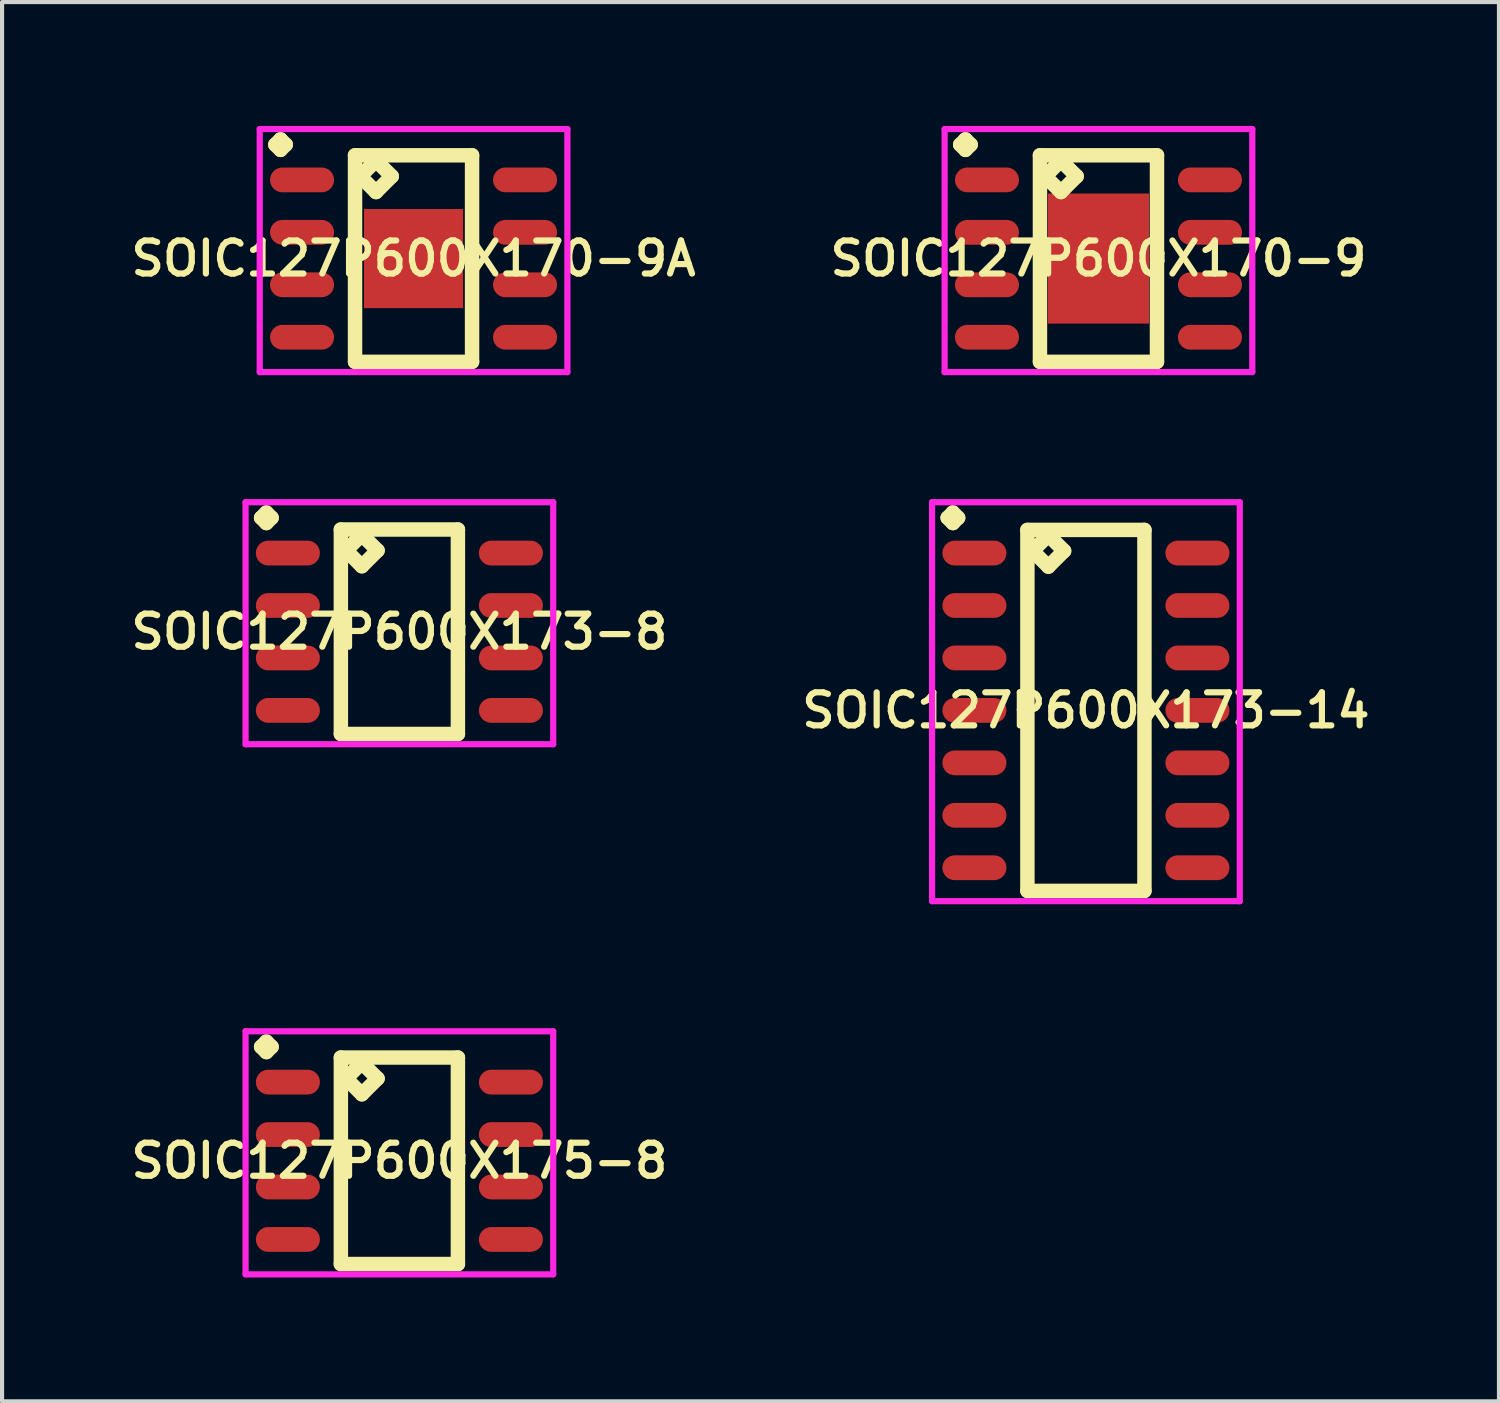
<source format=kicad_pcb>
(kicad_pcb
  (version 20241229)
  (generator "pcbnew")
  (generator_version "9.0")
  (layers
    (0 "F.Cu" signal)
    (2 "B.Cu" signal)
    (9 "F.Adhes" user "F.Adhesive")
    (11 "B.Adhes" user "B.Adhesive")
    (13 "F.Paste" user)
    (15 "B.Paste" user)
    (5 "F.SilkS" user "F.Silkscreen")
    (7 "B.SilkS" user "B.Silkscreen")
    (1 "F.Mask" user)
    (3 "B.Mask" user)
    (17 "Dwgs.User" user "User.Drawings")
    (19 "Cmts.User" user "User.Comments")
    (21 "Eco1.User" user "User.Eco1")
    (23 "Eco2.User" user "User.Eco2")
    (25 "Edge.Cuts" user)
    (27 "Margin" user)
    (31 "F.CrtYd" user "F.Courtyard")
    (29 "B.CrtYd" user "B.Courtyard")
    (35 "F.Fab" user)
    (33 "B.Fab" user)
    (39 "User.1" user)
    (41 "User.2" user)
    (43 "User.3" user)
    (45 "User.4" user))
  (footprint "SOIC127P600X173-14"
    (layer "F.Cu")
    (at 23.245 14.152)
    (property "Reference" "SOIC127P600X173-14" (at 0 0 0) (layer "F.SilkS") (effects (font (size 0.8 0.8) (thickness 0.15))))
    (attr smd)
    (fp_line (start -3.348 -4.664) (end -3.221 -4.791) (stroke (width 0.35) (type solid)) (layer "F.SilkS"))
    (fp_line (start -3.221 -4.791) (end -3.094 -4.664) (stroke (width 0.35) (type solid)) (layer "F.SilkS"))
    (fp_line (start -3.221 -4.537) (end -3.348 -4.664) (stroke (width 0.35) (type solid)) (layer "F.SilkS"))
    (fp_line (start -3.094 -4.664) (end -3.221 -4.537) (stroke (width 0.35) (type solid)) (layer "F.SilkS"))
    (fp_line (start -1.417 -4.37) (end -1.417 4.37) (stroke (width 0.35) (type solid)) (layer "F.SilkS"))
    (fp_line (start -1.417 4.37) (end 1.417 4.37) (stroke (width 0.35) (type solid)) (layer "F.SilkS"))
    (fp_line (start -1.29 -3.862) (end -0.909 -4.243) (stroke (width 0.35) (type solid)) (layer "F.SilkS"))
    (fp_line (start -0.909 -4.243) (end -0.528 -3.862) (stroke (width 0.35) (type solid)) (layer "F.SilkS"))
    (fp_line (start -0.909 -3.481) (end -1.29 -3.862) (stroke (width 0.35) (type solid)) (layer "F.SilkS"))
    (fp_line (start -0.528 -3.862) (end -0.909 -3.481) (stroke (width 0.35) (type solid)) (layer "F.SilkS"))
    (fp_line (start 1.417 -4.37) (end -1.417 -4.37) (stroke (width 0.35) (type solid)) (layer "F.SilkS"))
    (fp_line (start 1.417 4.37) (end 1.417 -4.37) (stroke (width 0.35) (type solid)) (layer "F.SilkS"))
    (fp_line (start -3.725 -5.041) (end 3.725 -5.041) (stroke (width 0.15) (type solid)) (layer "F.CrtYd"))
    (fp_line (start -3.725 4.62) (end -3.725 -5.041) (stroke (width 0.15) (type solid)) (layer "F.CrtYd"))
    (fp_line (start 3.725 -5.041) (end 3.725 4.62) (stroke (width 0.15) (type solid)) (layer "F.CrtYd"))
    (fp_line (start 3.725 4.62) (end -3.725 4.62) (stroke (width 0.15) (type solid)) (layer "F.CrtYd"))
    (pad "1" smd oval (at -2.7 -3.81) (size 1.55 0.6) (layers "F.Cu" "F.Mask" "F.Paste"))
    (pad "2" smd oval (at -2.7 -2.54) (size 1.55 0.6) (layers "F.Cu" "F.Mask" "F.Paste"))
    (pad "3" smd oval (at -2.7 -1.27) (size 1.55 0.6) (layers "F.Cu" "F.Mask" "F.Paste"))
    (pad "4" smd oval (at -2.7 0) (size 1.55 0.6) (layers "F.Cu" "F.Mask" "F.Paste"))
    (pad "5" smd oval (at -2.7 1.27) (size 1.55 0.6) (layers "F.Cu" "F.Mask" "F.Paste"))
    (pad "6" smd oval (at -2.7 2.54) (size 1.55 0.6) (layers "F.Cu" "F.Mask" "F.Paste"))
    (pad "7" smd oval (at -2.7 3.81) (size 1.55 0.6) (layers "F.Cu" "F.Mask" "F.Paste"))
    (pad "8" smd oval (at 2.7 3.81) (size 1.55 0.6) (layers "F.Cu" "F.Mask" "F.Paste"))
    (pad "9" smd oval (at 2.7 2.54) (size 1.55 0.6) (layers "F.Cu" "F.Mask" "F.Paste"))
    (pad "10" smd oval (at 2.7 1.27) (size 1.55 0.6) (layers "F.Cu" "F.Mask" "F.Paste"))
    (pad "11" smd oval (at 2.7 0) (size 1.55 0.6) (layers "F.Cu" "F.Mask" "F.Paste"))
    (pad "12" smd oval (at 2.7 -1.27) (size 1.55 0.6) (layers "F.Cu" "F.Mask" "F.Paste"))
    (pad "13" smd oval (at 2.7 -2.54) (size 1.55 0.6) (layers "F.Cu" "F.Mask" "F.Paste"))
    (pad "14" smd oval (at 2.7 -3.81) (size 1.55 0.6) (layers "F.Cu" "F.Mask" "F.Paste")))
  (footprint "SOIC127P600X170-9A"
    (layer "F.Cu")
    (at 6.964 3.211)
    (property "Reference" "SOIC127P600X170-9A" (at 0 0 0) (layer "F.SilkS") (effects (font (size 0.8 0.8) (thickness 0.15))))
    (attr smd)
    (fp_line (start -3.348 -2.759) (end -3.221 -2.886) (stroke (width 0.35) (type solid)) (layer "F.SilkS"))
    (fp_line (start -3.221 -2.886) (end -3.094 -2.759) (stroke (width 0.35) (type solid)) (layer "F.SilkS"))
    (fp_line (start -3.221 -2.632) (end -3.348 -2.759) (stroke (width 0.35) (type solid)) (layer "F.SilkS"))
    (fp_line (start -3.094 -2.759) (end -3.221 -2.632) (stroke (width 0.35) (type solid)) (layer "F.SilkS"))
    (fp_line (start -1.417 -2.5) (end -1.417 2.5) (stroke (width 0.35) (type solid)) (layer "F.SilkS"))
    (fp_line (start -1.417 2.5) (end 1.417 2.5) (stroke (width 0.35) (type solid)) (layer "F.SilkS"))
    (fp_line (start -1.29 -1.992) (end -0.909 -2.373) (stroke (width 0.35) (type solid)) (layer "F.SilkS"))
    (fp_line (start -0.909 -2.373) (end -0.528 -1.992) (stroke (width 0.35) (type solid)) (layer "F.SilkS"))
    (fp_line (start -0.909 -1.611) (end -1.29 -1.992) (stroke (width 0.35) (type solid)) (layer "F.SilkS"))
    (fp_line (start -0.528 -1.992) (end -0.909 -1.611) (stroke (width 0.35) (type solid)) (layer "F.SilkS"))
    (fp_line (start 1.417 -2.5) (end -1.417 -2.5) (stroke (width 0.35) (type solid)) (layer "F.SilkS"))
    (fp_line (start 1.417 2.5) (end 1.417 -2.5) (stroke (width 0.35) (type solid)) (layer "F.SilkS"))
    (fp_line (start -3.725 -3.136) (end 3.725 -3.136) (stroke (width 0.15) (type solid)) (layer "F.CrtYd"))
    (fp_line (start -3.725 2.75) (end -3.725 -3.136) (stroke (width 0.15) (type solid)) (layer "F.CrtYd"))
    (fp_line (start 3.725 -3.136) (end 3.725 2.75) (stroke (width 0.15) (type solid)) (layer "F.CrtYd"))
    (fp_line (start 3.725 2.75) (end -3.725 2.75) (stroke (width 0.15) (type solid)) (layer "F.CrtYd"))
    (pad "1" smd oval (at -2.7 -1.905) (size 1.55 0.6) (layers "F.Cu" "F.Mask" "F.Paste"))
    (pad "2" smd oval (at -2.7 -0.635) (size 1.55 0.6) (layers "F.Cu" "F.Mask" "F.Paste"))
    (pad "3" smd oval (at -2.7 0.635) (size 1.55 0.6) (layers "F.Cu" "F.Mask" "F.Paste"))
    (pad "4" smd oval (at -2.7 1.905) (size 1.55 0.6) (layers "F.Cu" "F.Mask" "F.Paste"))
    (pad "5" smd oval (at 2.7 1.905) (size 1.55 0.6) (layers "F.Cu" "F.Mask" "F.Paste"))
    (pad "6" smd oval (at 2.7 0.635) (size 1.55 0.6) (layers "F.Cu" "F.Mask" "F.Paste"))
    (pad "7" smd oval (at 2.7 -0.635) (size 1.55 0.6) (layers "F.Cu" "F.Mask" "F.Paste"))
    (pad "8" smd oval (at 2.7 -1.905) (size 1.55 0.6) (layers "F.Cu" "F.Mask" "F.Paste"))
    (pad "9" smd rect (at 0 0) (size 2.4 2.4) (layers "F.Cu" "F.Mask" "F.Paste")))
  (footprint "SOIC127P600X175-8"
    (layer "F.Cu")
    (at 6.621 25.058)
    (property "Reference" "SOIC127P600X175-8" (at 0 0 0) (layer "F.SilkS") (effects (font (size 0.8 0.8) (thickness 0.15))))
    (attr smd)
    (fp_line (start -3.348 -2.759) (end -3.221 -2.886) (stroke (width 0.35) (type solid)) (layer "F.SilkS"))
    (fp_line (start -3.221 -2.886) (end -3.094 -2.759) (stroke (width 0.35) (type solid)) (layer "F.SilkS"))
    (fp_line (start -3.221 -2.632) (end -3.348 -2.759) (stroke (width 0.35) (type solid)) (layer "F.SilkS"))
    (fp_line (start -3.094 -2.759) (end -3.221 -2.632) (stroke (width 0.35) (type solid)) (layer "F.SilkS"))
    (fp_line (start -1.417 -2.5) (end -1.417 2.5) (stroke (width 0.35) (type solid)) (layer "F.SilkS"))
    (fp_line (start -1.417 2.5) (end 1.417 2.5) (stroke (width 0.35) (type solid)) (layer "F.SilkS"))
    (fp_line (start -1.29 -1.992) (end -0.909 -2.373) (stroke (width 0.35) (type solid)) (layer "F.SilkS"))
    (fp_line (start -0.909 -2.373) (end -0.528 -1.992) (stroke (width 0.35) (type solid)) (layer "F.SilkS"))
    (fp_line (start -0.909 -1.611) (end -1.29 -1.992) (stroke (width 0.35) (type solid)) (layer "F.SilkS"))
    (fp_line (start -0.528 -1.992) (end -0.909 -1.611) (stroke (width 0.35) (type solid)) (layer "F.SilkS"))
    (fp_line (start 1.417 -2.5) (end -1.417 -2.5) (stroke (width 0.35) (type solid)) (layer "F.SilkS"))
    (fp_line (start 1.417 2.5) (end 1.417 -2.5) (stroke (width 0.35) (type solid)) (layer "F.SilkS"))
    (fp_line (start -3.725 -3.136) (end 3.725 -3.136) (stroke (width 0.15) (type solid)) (layer "F.CrtYd"))
    (fp_line (start -3.725 2.75) (end -3.725 -3.136) (stroke (width 0.15) (type solid)) (layer "F.CrtYd"))
    (fp_line (start 3.725 -3.136) (end 3.725 2.75) (stroke (width 0.15) (type solid)) (layer "F.CrtYd"))
    (fp_line (start 3.725 2.75) (end -3.725 2.75) (stroke (width 0.15) (type solid)) (layer "F.CrtYd"))
    (pad "1" smd oval (at -2.7 -1.905) (size 1.55 0.6) (layers "F.Cu" "F.Mask" "F.Paste"))
    (pad "2" smd oval (at -2.7 -0.635) (size 1.55 0.6) (layers "F.Cu" "F.Mask" "F.Paste"))
    (pad "3" smd oval (at -2.7 0.635) (size 1.55 0.6) (layers "F.Cu" "F.Mask" "F.Paste"))
    (pad "4" smd oval (at -2.7 1.905) (size 1.55 0.6) (layers "F.Cu" "F.Mask" "F.Paste"))
    (pad "5" smd oval (at 2.7 1.905) (size 1.55 0.6) (layers "F.Cu" "F.Mask" "F.Paste"))
    (pad "6" smd oval (at 2.7 0.635) (size 1.55 0.6) (layers "F.Cu" "F.Mask" "F.Paste"))
    (pad "7" smd oval (at 2.7 -0.635) (size 1.55 0.6) (layers "F.Cu" "F.Mask" "F.Paste"))
    (pad "8" smd oval (at 2.7 -1.905) (size 1.55 0.6) (layers "F.Cu" "F.Mask" "F.Paste")))
  (footprint "SOIC127P600X170-9"
    (layer "F.Cu")
    (at 23.549 3.211)
    (property "Reference" "SOIC127P600X170-9" (at 0 0 0) (layer "F.SilkS") (effects (font (size 0.8 0.8) (thickness 0.15))))
    (attr smd)
    (fp_line (start -3.348 -2.759) (end -3.221 -2.886) (stroke (width 0.35) (type solid)) (layer "F.SilkS"))
    (fp_line (start -3.221 -2.886) (end -3.094 -2.759) (stroke (width 0.35) (type solid)) (layer "F.SilkS"))
    (fp_line (start -3.221 -2.632) (end -3.348 -2.759) (stroke (width 0.35) (type solid)) (layer "F.SilkS"))
    (fp_line (start -3.094 -2.759) (end -3.221 -2.632) (stroke (width 0.35) (type solid)) (layer "F.SilkS"))
    (fp_line (start -1.417 -2.5) (end -1.417 2.5) (stroke (width 0.35) (type solid)) (layer "F.SilkS"))
    (fp_line (start -1.417 2.5) (end 1.417 2.5) (stroke (width 0.35) (type solid)) (layer "F.SilkS"))
    (fp_line (start -1.29 -1.992) (end -0.909 -2.373) (stroke (width 0.35) (type solid)) (layer "F.SilkS"))
    (fp_line (start -0.909 -2.373) (end -0.528 -1.992) (stroke (width 0.35) (type solid)) (layer "F.SilkS"))
    (fp_line (start -0.909 -1.611) (end -1.29 -1.992) (stroke (width 0.35) (type solid)) (layer "F.SilkS"))
    (fp_line (start -0.528 -1.992) (end -0.909 -1.611) (stroke (width 0.35) (type solid)) (layer "F.SilkS"))
    (fp_line (start 1.417 -2.5) (end -1.417 -2.5) (stroke (width 0.35) (type solid)) (layer "F.SilkS"))
    (fp_line (start 1.417 2.5) (end 1.417 -2.5) (stroke (width 0.35) (type solid)) (layer "F.SilkS"))
    (fp_line (start -3.725 -3.136) (end 3.725 -3.136) (stroke (width 0.15) (type solid)) (layer "F.CrtYd"))
    (fp_line (start -3.725 2.75) (end -3.725 -3.136) (stroke (width 0.15) (type solid)) (layer "F.CrtYd"))
    (fp_line (start 3.725 -3.136) (end 3.725 2.75) (stroke (width 0.15) (type solid)) (layer "F.CrtYd"))
    (fp_line (start 3.725 2.75) (end -3.725 2.75) (stroke (width 0.15) (type solid)) (layer "F.CrtYd"))
    (pad "1" smd oval (at -2.7 -1.905) (size 1.55 0.6) (layers "F.Cu" "F.Mask" "F.Paste"))
    (pad "2" smd oval (at -2.7 -0.635) (size 1.55 0.6) (layers "F.Cu" "F.Mask" "F.Paste"))
    (pad "3" smd oval (at -2.7 0.635) (size 1.55 0.6) (layers "F.Cu" "F.Mask" "F.Paste"))
    (pad "4" smd oval (at -2.7 1.905) (size 1.55 0.6) (layers "F.Cu" "F.Mask" "F.Paste"))
    (pad "5" smd oval (at 2.7 1.905) (size 1.55 0.6) (layers "F.Cu" "F.Mask" "F.Paste"))
    (pad "6" smd oval (at 2.7 0.635) (size 1.55 0.6) (layers "F.Cu" "F.Mask" "F.Paste"))
    (pad "7" smd oval (at 2.7 -0.635) (size 1.55 0.6) (layers "F.Cu" "F.Mask" "F.Paste"))
    (pad "8" smd oval (at 2.7 -1.905) (size 1.55 0.6) (layers "F.Cu" "F.Mask" "F.Paste"))
    (pad "9" smd rect (at 0 0) (size 2.45 3.15) (layers "F.Cu" "F.Mask" "F.Paste")))
  (footprint "SOIC127P600X173-8"
    (layer "F.Cu")
    (at 6.621 12.247)
    (property "Reference" "SOIC127P600X173-8" (at 0 0 0) (layer "F.SilkS") (effects (font (size 0.8 0.8) (thickness 0.15))))
    (attr smd)
    (fp_line (start -3.348 -2.759) (end -3.221 -2.886) (stroke (width 0.35) (type solid)) (layer "F.SilkS"))
    (fp_line (start -3.221 -2.886) (end -3.094 -2.759) (stroke (width 0.35) (type solid)) (layer "F.SilkS"))
    (fp_line (start -3.221 -2.632) (end -3.348 -2.759) (stroke (width 0.35) (type solid)) (layer "F.SilkS"))
    (fp_line (start -3.094 -2.759) (end -3.221 -2.632) (stroke (width 0.35) (type solid)) (layer "F.SilkS"))
    (fp_line (start -1.417 -2.475) (end -1.417 2.475) (stroke (width 0.35) (type solid)) (layer "F.SilkS"))
    (fp_line (start -1.417 2.475) (end 1.417 2.475) (stroke (width 0.35) (type solid)) (layer "F.SilkS"))
    (fp_line (start -1.29 -1.967) (end -0.909 -2.348) (stroke (width 0.35) (type solid)) (layer "F.SilkS"))
    (fp_line (start -0.909 -2.348) (end -0.528 -1.967) (stroke (width 0.35) (type solid)) (layer "F.SilkS"))
    (fp_line (start -0.909 -1.586) (end -1.29 -1.967) (stroke (width 0.35) (type solid)) (layer "F.SilkS"))
    (fp_line (start -0.528 -1.967) (end -0.909 -1.586) (stroke (width 0.35) (type solid)) (layer "F.SilkS"))
    (fp_line (start 1.417 -2.475) (end -1.417 -2.475) (stroke (width 0.35) (type solid)) (layer "F.SilkS"))
    (fp_line (start 1.417 2.475) (end 1.417 -2.475) (stroke (width 0.35) (type solid)) (layer "F.SilkS"))
    (fp_line (start -3.725 -3.136) (end 3.725 -3.136) (stroke (width 0.15) (type solid)) (layer "F.CrtYd"))
    (fp_line (start -3.725 2.725) (end -3.725 -3.136) (stroke (width 0.15) (type solid)) (layer "F.CrtYd"))
    (fp_line (start 3.725 -3.136) (end 3.725 2.725) (stroke (width 0.15) (type solid)) (layer "F.CrtYd"))
    (fp_line (start 3.725 2.725) (end -3.725 2.725) (stroke (width 0.15) (type solid)) (layer "F.CrtYd"))
    (pad "1" smd oval (at -2.7 -1.905) (size 1.55 0.6) (layers "F.Cu" "F.Mask" "F.Paste"))
    (pad "2" smd oval (at -2.7 -0.635) (size 1.55 0.6) (layers "F.Cu" "F.Mask" "F.Paste"))
    (pad "3" smd oval (at -2.7 0.635) (size 1.55 0.6) (layers "F.Cu" "F.Mask" "F.Paste"))
    (pad "4" smd oval (at -2.7 1.905) (size 1.55 0.6) (layers "F.Cu" "F.Mask" "F.Paste"))
    (pad "5" smd oval (at 2.7 1.905) (size 1.55 0.6) (layers "F.Cu" "F.Mask" "F.Paste"))
    (pad "6" smd oval (at 2.7 0.635) (size 1.55 0.6) (layers "F.Cu" "F.Mask" "F.Paste"))
    (pad "7" smd oval (at 2.7 -0.635) (size 1.55 0.6) (layers "F.Cu" "F.Mask" "F.Paste"))
    (pad "8" smd oval (at 2.7 -1.905) (size 1.55 0.6) (layers "F.Cu" "F.Mask" "F.Paste")))
  (gr_rect
    (start -3 -3)
    (end 33.247 30.883)
    (stroke (width 0.1) (type default))
    (fill no)
    (layer "Edge.Cuts")))
</source>
